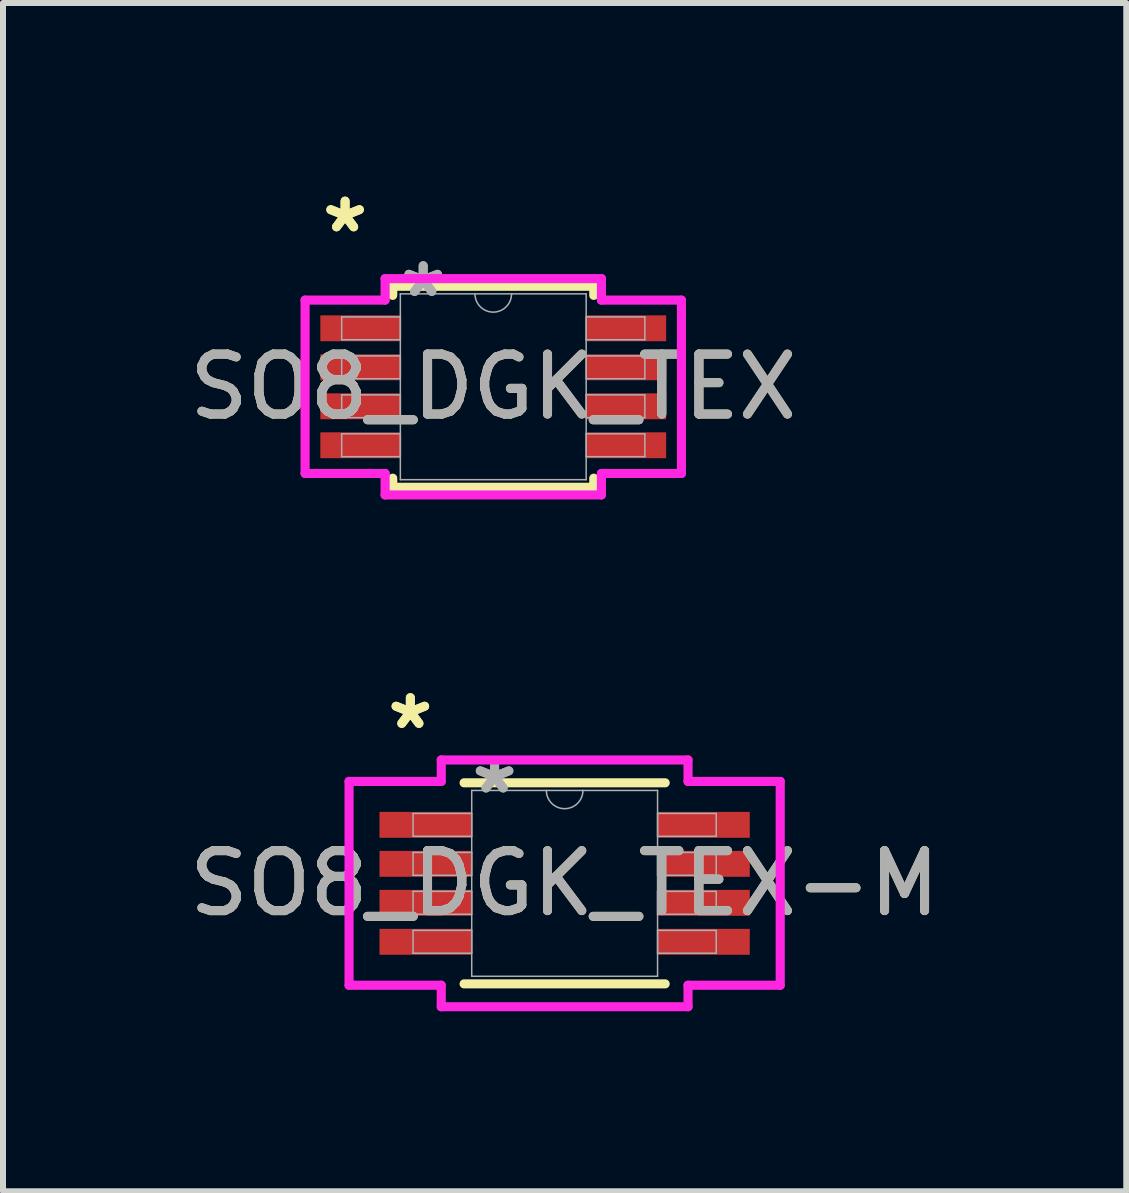
<source format=kicad_pcb>
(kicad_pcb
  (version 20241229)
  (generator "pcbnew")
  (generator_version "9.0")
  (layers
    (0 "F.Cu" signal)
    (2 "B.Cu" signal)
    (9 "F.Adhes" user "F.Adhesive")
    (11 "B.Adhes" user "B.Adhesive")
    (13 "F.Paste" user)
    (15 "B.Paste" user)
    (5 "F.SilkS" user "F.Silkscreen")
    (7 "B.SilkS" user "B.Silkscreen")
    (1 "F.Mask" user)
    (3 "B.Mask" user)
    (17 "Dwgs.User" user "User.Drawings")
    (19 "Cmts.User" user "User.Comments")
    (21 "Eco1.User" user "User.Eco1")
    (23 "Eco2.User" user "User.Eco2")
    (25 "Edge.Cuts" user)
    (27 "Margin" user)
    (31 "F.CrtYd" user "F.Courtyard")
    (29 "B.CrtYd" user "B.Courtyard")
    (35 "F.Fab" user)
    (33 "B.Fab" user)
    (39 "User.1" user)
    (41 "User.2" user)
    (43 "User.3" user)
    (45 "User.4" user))
  (footprint "SO8_DGK_TEX-M"
    (layer "F.Cu")
    (at 6.363 11.676)
    (property "Reference" "SO8_DGK_TEX-M" (at 0 0 0) (unlocked yes) (layer "F.SilkS") (effects (font (size 1 1) (thickness 0.15))))
    (attr smd)
    (fp_line (start -1.676 1.676) (end 1.676 1.676) (stroke (width 0.152) (type solid)) (layer "F.SilkS"))
    (fp_line (start 1.676 -1.676) (end -1.676 -1.676) (stroke (width 0.152) (type solid)) (layer "F.SilkS"))
    (fp_line (start -3.594 -1.699) (end -2.057 -1.699) (stroke (width 0.152) (type solid)) (layer "F.CrtYd"))
    (fp_line (start -3.594 1.699) (end -3.594 -1.699) (stroke (width 0.152) (type solid)) (layer "F.CrtYd"))
    (fp_line (start -3.594 1.699) (end -2.057 1.699) (stroke (width 0.152) (type solid)) (layer "F.CrtYd"))
    (fp_line (start -2.057 -2.057) (end 2.057 -2.057) (stroke (width 0.152) (type solid)) (layer "F.CrtYd"))
    (fp_line (start -2.057 -1.699) (end -2.057 -2.057) (stroke (width 0.152) (type solid)) (layer "F.CrtYd"))
    (fp_line (start -2.057 2.057) (end -2.057 1.699) (stroke (width 0.152) (type solid)) (layer "F.CrtYd"))
    (fp_line (start 2.057 -2.057) (end 2.057 -1.699) (stroke (width 0.152) (type solid)) (layer "F.CrtYd"))
    (fp_line (start 2.057 1.699) (end 2.057 2.057) (stroke (width 0.152) (type solid)) (layer "F.CrtYd"))
    (fp_line (start 2.057 2.057) (end -2.057 2.057) (stroke (width 0.152) (type solid)) (layer "F.CrtYd"))
    (fp_line (start 3.594 -1.699) (end 2.057 -1.699) (stroke (width 0.152) (type solid)) (layer "F.CrtYd"))
    (fp_line (start 3.594 -1.699) (end 3.594 1.699) (stroke (width 0.152) (type solid)) (layer "F.CrtYd"))
    (fp_line (start 3.594 1.699) (end 2.057 1.699) (stroke (width 0.152) (type solid)) (layer "F.CrtYd"))
    (fp_line (start -2.527 -1.165) (end -2.527 -0.784) (stroke (width 0.025) (type solid)) (layer "F.Fab"))
    (fp_line (start -2.527 -0.784) (end -1.549 -0.784) (stroke (width 0.025) (type solid)) (layer "F.Fab"))
    (fp_line (start -2.527 -0.515) (end -2.527 -0.134) (stroke (width 0.025) (type solid)) (layer "F.Fab"))
    (fp_line (start -2.527 -0.134) (end -1.549 -0.134) (stroke (width 0.025) (type solid)) (layer "F.Fab"))
    (fp_line (start -2.527 0.134) (end -2.527 0.515) (stroke (width 0.025) (type solid)) (layer "F.Fab"))
    (fp_line (start -2.527 0.515) (end -1.549 0.515) (stroke (width 0.025) (type solid)) (layer "F.Fab"))
    (fp_line (start -2.527 0.784) (end -2.527 1.165) (stroke (width 0.025) (type solid)) (layer "F.Fab"))
    (fp_line (start -2.527 1.165) (end -1.549 1.165) (stroke (width 0.025) (type solid)) (layer "F.Fab"))
    (fp_line (start -1.549 -1.549) (end -1.549 1.549) (stroke (width 0.025) (type solid)) (layer "F.Fab"))
    (fp_line (start -1.549 -1.165) (end -2.527 -1.165) (stroke (width 0.025) (type solid)) (layer "F.Fab"))
    (fp_line (start -1.549 -0.784) (end -1.549 -1.165) (stroke (width 0.025) (type solid)) (layer "F.Fab"))
    (fp_line (start -1.549 -0.515) (end -2.527 -0.515) (stroke (width 0.025) (type solid)) (layer "F.Fab"))
    (fp_line (start -1.549 -0.134) (end -1.549 -0.515) (stroke (width 0.025) (type solid)) (layer "F.Fab"))
    (fp_line (start -1.549 0.134) (end -2.527 0.134) (stroke (width 0.025) (type solid)) (layer "F.Fab"))
    (fp_line (start -1.549 0.515) (end -1.549 0.134) (stroke (width 0.025) (type solid)) (layer "F.Fab"))
    (fp_line (start -1.549 0.784) (end -2.527 0.784) (stroke (width 0.025) (type solid)) (layer "F.Fab"))
    (fp_line (start -1.549 1.165) (end -1.549 0.784) (stroke (width 0.025) (type solid)) (layer "F.Fab"))
    (fp_line (start -1.549 1.549) (end 1.549 1.549) (stroke (width 0.025) (type solid)) (layer "F.Fab"))
    (fp_line (start 1.549 -1.549) (end -1.549 -1.549) (stroke (width 0.025) (type solid)) (layer "F.Fab"))
    (fp_line (start 1.549 -1.165) (end 1.549 -0.784) (stroke (width 0.025) (type solid)) (layer "F.Fab"))
    (fp_line (start 1.549 -0.784) (end 2.527 -0.784) (stroke (width 0.025) (type solid)) (layer "F.Fab"))
    (fp_line (start 1.549 -0.515) (end 1.549 -0.134) (stroke (width 0.025) (type solid)) (layer "F.Fab"))
    (fp_line (start 1.549 -0.134) (end 2.527 -0.134) (stroke (width 0.025) (type solid)) (layer "F.Fab"))
    (fp_line (start 1.549 0.134) (end 1.549 0.515) (stroke (width 0.025) (type solid)) (layer "F.Fab"))
    (fp_line (start 1.549 0.515) (end 2.527 0.515) (stroke (width 0.025) (type solid)) (layer "F.Fab"))
    (fp_line (start 1.549 0.784) (end 1.549 1.165) (stroke (width 0.025) (type solid)) (layer "F.Fab"))
    (fp_line (start 1.549 1.165) (end 2.527 1.165) (stroke (width 0.025) (type solid)) (layer "F.Fab"))
    (fp_line (start 1.549 1.549) (end 1.549 -1.549) (stroke (width 0.025) (type solid)) (layer "F.Fab"))
    (fp_line (start 2.527 -1.165) (end 1.549 -1.165) (stroke (width 0.025) (type solid)) (layer "F.Fab"))
    (fp_line (start 2.527 -0.784) (end 2.527 -1.165) (stroke (width 0.025) (type solid)) (layer "F.Fab"))
    (fp_line (start 2.527 -0.515) (end 1.549 -0.515) (stroke (width 0.025) (type solid)) (layer "F.Fab"))
    (fp_line (start 2.527 -0.134) (end 2.527 -0.515) (stroke (width 0.025) (type solid)) (layer "F.Fab"))
    (fp_line (start 2.527 0.134) (end 1.549 0.134) (stroke (width 0.025) (type solid)) (layer "F.Fab"))
    (fp_line (start 2.527 0.515) (end 2.527 0.134) (stroke (width 0.025) (type solid)) (layer "F.Fab"))
    (fp_line (start 2.527 0.784) (end 1.549 0.784) (stroke (width 0.025) (type solid)) (layer "F.Fab"))
    (fp_line (start 2.527 1.165) (end 2.527 0.784) (stroke (width 0.025) (type solid)) (layer "F.Fab"))
    (fp_arc (start 0.3048 -1.5494) (mid 0 -1.2446) (end -0.3048 -1.5494) (stroke (width 0.0254) (type solid)) (layer "F.Fab"))
    (fp_text user "*" (at -2.572 -2.55 0) (unlocked yes) (layer "F.SilkS") (effects (font (size 1 1) (thickness 0.15))))
    (fp_text user "*" (at -2.572 -2.55 0) (layer "F.SilkS") (effects (font (size 1 1) (thickness 0.15))))
    (fp_text user "${REFERENCE}" (at 0 0 0) (unlocked yes) (layer "F.Fab") (effects (font (size 1 1) (thickness 0.15))))
    (fp_text user "*" (at -1.168 -1.473 0) (unlocked yes) (layer "F.Fab") (effects (font (size 1 1) (thickness 0.15))))
    (fp_text user "*" (at -1.168 -1.473 0) (layer "F.Fab") (effects (font (size 1 1) (thickness 0.15))))
    (pad "1" smd rect (at -2.318 -0.975) (size 1.537 0.432) (layers "F.Cu" "F.Mask" "F.Paste"))
    (pad "2" smd rect (at -2.318 -0.325) (size 1.537 0.432) (layers "F.Cu" "F.Mask" "F.Paste"))
    (pad "3" smd rect (at -2.318 0.325) (size 1.537 0.432) (layers "F.Cu" "F.Mask" "F.Paste"))
    (pad "4" smd rect (at -2.318 0.975) (size 1.537 0.432) (layers "F.Cu" "F.Mask" "F.Paste"))
    (pad "5" smd rect (at 2.318 0.975) (size 1.537 0.432) (layers "F.Cu" "F.Mask" "F.Paste"))
    (pad "6" smd rect (at 2.318 0.325) (size 1.537 0.432) (layers "F.Cu" "F.Mask" "F.Paste"))
    (pad "7" smd rect (at 2.318 -0.325) (size 1.537 0.432) (layers "F.Cu" "F.Mask" "F.Paste"))
    (pad "8" smd rect (at 2.318 -0.975) (size 1.537 0.432) (layers "F.Cu" "F.Mask" "F.Paste")))
  (footprint "SO8_DGK_TEX"
    (layer "F.Cu")
    (at 5.173 3.398)
    (property "Reference" "SO8_DGK_TEX" (at 0 0 0) (unlocked yes) (layer "F.SilkS") (effects (font (size 1 1) (thickness 0.15))))
    (attr smd)
    (fp_line (start -1.676 -1.676) (end -1.676 -1.524) (stroke (width 0.152) (type solid)) (layer "F.SilkS"))
    (fp_line (start -1.676 1.524) (end -1.676 1.676) (stroke (width 0.152) (type solid)) (layer "F.SilkS"))
    (fp_line (start -1.676 1.676) (end 1.676 1.676) (stroke (width 0.152) (type solid)) (layer "F.SilkS"))
    (fp_line (start 1.676 -1.676) (end -1.676 -1.676) (stroke (width 0.152) (type solid)) (layer "F.SilkS"))
    (fp_line (start 1.676 -1.524) (end 1.676 -1.676) (stroke (width 0.152) (type solid)) (layer "F.SilkS"))
    (fp_line (start 1.676 1.676) (end 1.676 1.524) (stroke (width 0.152) (type solid)) (layer "F.SilkS"))
    (fp_line (start -3.137 -1.445) (end -1.803 -1.445) (stroke (width 0.152) (type solid)) (layer "F.CrtYd"))
    (fp_line (start -3.137 1.445) (end -3.137 -1.445) (stroke (width 0.152) (type solid)) (layer "F.CrtYd"))
    (fp_line (start -3.137 1.445) (end -1.803 1.445) (stroke (width 0.152) (type solid)) (layer "F.CrtYd"))
    (fp_line (start -1.803 -1.803) (end 1.803 -1.803) (stroke (width 0.152) (type solid)) (layer "F.CrtYd"))
    (fp_line (start -1.803 -1.445) (end -1.803 -1.803) (stroke (width 0.152) (type solid)) (layer "F.CrtYd"))
    (fp_line (start -1.803 1.803) (end -1.803 1.445) (stroke (width 0.152) (type solid)) (layer "F.CrtYd"))
    (fp_line (start 1.803 -1.803) (end 1.803 -1.445) (stroke (width 0.152) (type solid)) (layer "F.CrtYd"))
    (fp_line (start 1.803 1.445) (end 1.803 1.803) (stroke (width 0.152) (type solid)) (layer "F.CrtYd"))
    (fp_line (start 1.803 1.803) (end -1.803 1.803) (stroke (width 0.152) (type solid)) (layer "F.CrtYd"))
    (fp_line (start 3.137 -1.445) (end 1.803 -1.445) (stroke (width 0.152) (type solid)) (layer "F.CrtYd"))
    (fp_line (start 3.137 -1.445) (end 3.137 1.445) (stroke (width 0.152) (type solid)) (layer "F.CrtYd"))
    (fp_line (start 3.137 1.445) (end 1.803 1.445) (stroke (width 0.152) (type solid)) (layer "F.CrtYd"))
    (fp_line (start -2.527 -1.165) (end -2.527 -0.784) (stroke (width 0.025) (type solid)) (layer "F.Fab"))
    (fp_line (start -2.527 -0.784) (end -1.549 -0.784) (stroke (width 0.025) (type solid)) (layer "F.Fab"))
    (fp_line (start -2.527 -0.515) (end -2.527 -0.134) (stroke (width 0.025) (type solid)) (layer "F.Fab"))
    (fp_line (start -2.527 -0.134) (end -1.549 -0.134) (stroke (width 0.025) (type solid)) (layer "F.Fab"))
    (fp_line (start -2.527 0.134) (end -2.527 0.515) (stroke (width 0.025) (type solid)) (layer "F.Fab"))
    (fp_line (start -2.527 0.515) (end -1.549 0.515) (stroke (width 0.025) (type solid)) (layer "F.Fab"))
    (fp_line (start -2.527 0.784) (end -2.527 1.165) (stroke (width 0.025) (type solid)) (layer "F.Fab"))
    (fp_line (start -2.527 1.165) (end -1.549 1.165) (stroke (width 0.025) (type solid)) (layer "F.Fab"))
    (fp_line (start -1.549 -1.549) (end -1.549 1.549) (stroke (width 0.025) (type solid)) (layer "F.Fab"))
    (fp_line (start -1.549 -1.165) (end -2.527 -1.165) (stroke (width 0.025) (type solid)) (layer "F.Fab"))
    (fp_line (start -1.549 -0.784) (end -1.549 -1.165) (stroke (width 0.025) (type solid)) (layer "F.Fab"))
    (fp_line (start -1.549 -0.515) (end -2.527 -0.515) (stroke (width 0.025) (type solid)) (layer "F.Fab"))
    (fp_line (start -1.549 -0.134) (end -1.549 -0.515) (stroke (width 0.025) (type solid)) (layer "F.Fab"))
    (fp_line (start -1.549 0.134) (end -2.527 0.134) (stroke (width 0.025) (type solid)) (layer "F.Fab"))
    (fp_line (start -1.549 0.515) (end -1.549 0.134) (stroke (width 0.025) (type solid)) (layer "F.Fab"))
    (fp_line (start -1.549 0.784) (end -2.527 0.784) (stroke (width 0.025) (type solid)) (layer "F.Fab"))
    (fp_line (start -1.549 1.165) (end -1.549 0.784) (stroke (width 0.025) (type solid)) (layer "F.Fab"))
    (fp_line (start -1.549 1.549) (end 1.549 1.549) (stroke (width 0.025) (type solid)) (layer "F.Fab"))
    (fp_line (start 1.549 -1.549) (end -1.549 -1.549) (stroke (width 0.025) (type solid)) (layer "F.Fab"))
    (fp_line (start 1.549 -1.165) (end 1.549 -0.784) (stroke (width 0.025) (type solid)) (layer "F.Fab"))
    (fp_line (start 1.549 -0.784) (end 2.527 -0.784) (stroke (width 0.025) (type solid)) (layer "F.Fab"))
    (fp_line (start 1.549 -0.515) (end 1.549 -0.134) (stroke (width 0.025) (type solid)) (layer "F.Fab"))
    (fp_line (start 1.549 -0.134) (end 2.527 -0.134) (stroke (width 0.025) (type solid)) (layer "F.Fab"))
    (fp_line (start 1.549 0.134) (end 1.549 0.515) (stroke (width 0.025) (type solid)) (layer "F.Fab"))
    (fp_line (start 1.549 0.515) (end 2.527 0.515) (stroke (width 0.025) (type solid)) (layer "F.Fab"))
    (fp_line (start 1.549 0.784) (end 1.549 1.165) (stroke (width 0.025) (type solid)) (layer "F.Fab"))
    (fp_line (start 1.549 1.165) (end 2.527 1.165) (stroke (width 0.025) (type solid)) (layer "F.Fab"))
    (fp_line (start 1.549 1.549) (end 1.549 -1.549) (stroke (width 0.025) (type solid)) (layer "F.Fab"))
    (fp_line (start 2.527 -1.165) (end 1.549 -1.165) (stroke (width 0.025) (type solid)) (layer "F.Fab"))
    (fp_line (start 2.527 -0.784) (end 2.527 -1.165) (stroke (width 0.025) (type solid)) (layer "F.Fab"))
    (fp_line (start 2.527 -0.515) (end 1.549 -0.515) (stroke (width 0.025) (type solid)) (layer "F.Fab"))
    (fp_line (start 2.527 -0.134) (end 2.527 -0.515) (stroke (width 0.025) (type solid)) (layer "F.Fab"))
    (fp_line (start 2.527 0.134) (end 1.549 0.134) (stroke (width 0.025) (type solid)) (layer "F.Fab"))
    (fp_line (start 2.527 0.515) (end 2.527 0.134) (stroke (width 0.025) (type solid)) (layer "F.Fab"))
    (fp_line (start 2.527 0.784) (end 1.549 0.784) (stroke (width 0.025) (type solid)) (layer "F.Fab"))
    (fp_line (start 2.527 1.165) (end 2.527 0.784) (stroke (width 0.025) (type solid)) (layer "F.Fab"))
    (fp_arc (start 0.3048 -1.5494) (mid 0 -1.2446) (end -0.3048 -1.5494) (stroke (width 0.0254) (type solid)) (layer "F.Fab"))
    (fp_text user "*" (at -2.47 -2.55 0) (layer "F.SilkS") (effects (font (size 1 1) (thickness 0.15))))
    (fp_text user "*" (at -2.47 -2.55 0) (unlocked yes) (layer "F.SilkS") (effects (font (size 1 1) (thickness 0.15))))
    (fp_text user "${REFERENCE}" (at 0 0 0) (unlocked yes) (layer "F.Fab") (effects (font (size 1 1) (thickness 0.15))))
    (fp_text user "*" (at -1.168 -1.473 0) (layer "F.Fab") (effects (font (size 1 1) (thickness 0.15))))
    (fp_text user "*" (at -1.168 -1.473 0) (unlocked yes) (layer "F.Fab") (effects (font (size 1 1) (thickness 0.15))))
    (pad "1" smd rect (at -2.216 -0.975) (size 1.333 0.432) (layers "F.Cu" "F.Mask" "F.Paste"))
    (pad "2" smd rect (at -2.216 -0.325) (size 1.333 0.432) (layers "F.Cu" "F.Mask" "F.Paste"))
    (pad "3" smd rect (at -2.216 0.325) (size 1.333 0.432) (layers "F.Cu" "F.Mask" "F.Paste"))
    (pad "4" smd rect (at -2.216 0.975) (size 1.333 0.432) (layers "F.Cu" "F.Mask" "F.Paste"))
    (pad "5" smd rect (at 2.216 0.975) (size 1.333 0.432) (layers "F.Cu" "F.Mask" "F.Paste"))
    (pad "6" smd rect (at 2.216 0.325) (size 1.333 0.432) (layers "F.Cu" "F.Mask" "F.Paste"))
    (pad "7" smd rect (at 2.216 -0.325) (size 1.333 0.432) (layers "F.Cu" "F.Mask" "F.Paste"))
    (pad "8" smd rect (at 2.216 -0.975) (size 1.333 0.432) (layers "F.Cu" "F.Mask" "F.Paste")))
  (gr_rect
    (start -3 -3)
    (end 15.726 16.809)
    (stroke (width 0.1) (type default))
    (fill no)
    (layer "Edge.Cuts")))
</source>
